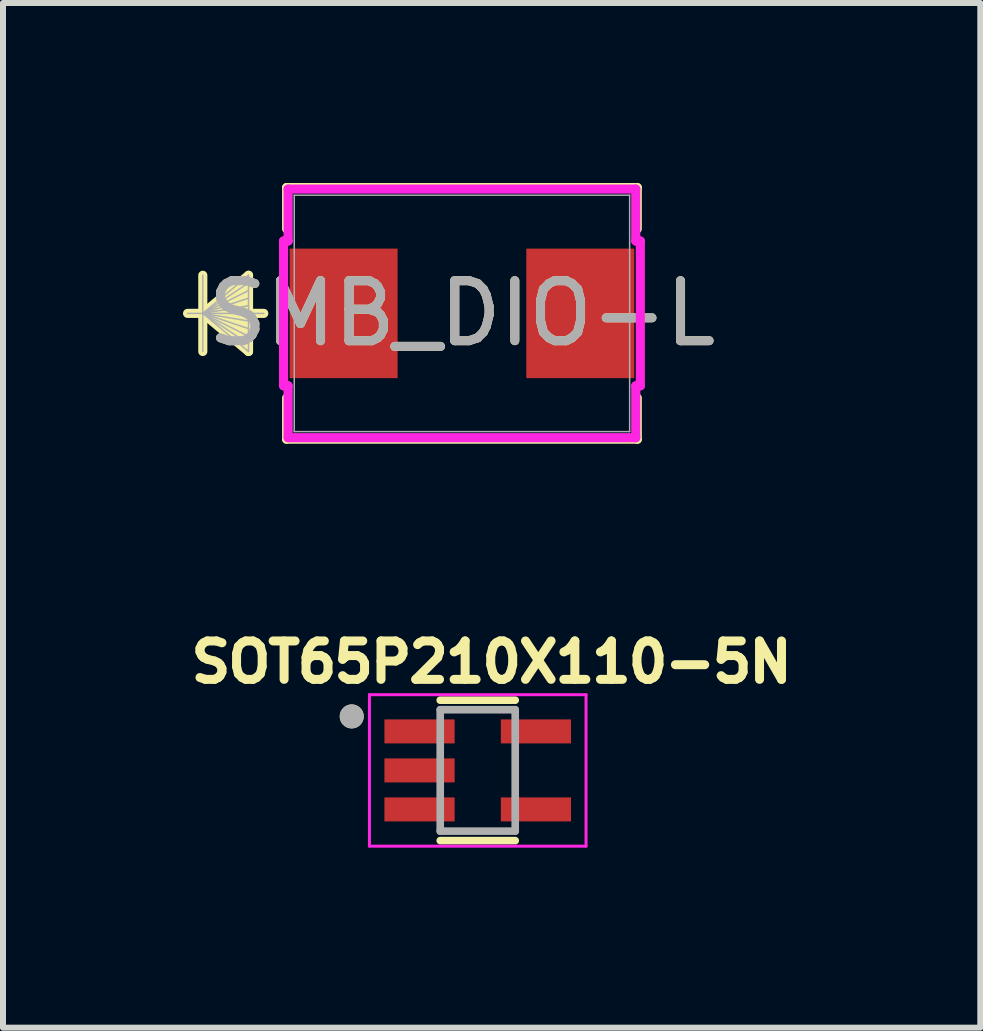
<source format=kicad_pcb>
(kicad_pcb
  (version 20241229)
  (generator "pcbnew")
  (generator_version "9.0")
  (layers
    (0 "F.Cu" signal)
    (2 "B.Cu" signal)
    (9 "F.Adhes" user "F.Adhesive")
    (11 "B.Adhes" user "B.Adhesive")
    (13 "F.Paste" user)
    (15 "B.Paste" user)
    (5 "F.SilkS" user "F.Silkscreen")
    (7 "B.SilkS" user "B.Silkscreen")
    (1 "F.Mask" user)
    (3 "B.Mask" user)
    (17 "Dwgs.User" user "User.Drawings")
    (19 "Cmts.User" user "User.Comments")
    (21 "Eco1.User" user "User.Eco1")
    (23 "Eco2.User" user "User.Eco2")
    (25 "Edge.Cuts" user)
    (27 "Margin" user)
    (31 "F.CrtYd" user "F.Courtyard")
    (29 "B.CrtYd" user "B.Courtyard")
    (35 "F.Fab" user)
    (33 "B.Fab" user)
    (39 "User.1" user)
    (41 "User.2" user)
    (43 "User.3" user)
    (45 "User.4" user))
  (footprint "SMB_DIO-L"
    (layer "F.Cu")
    (at 4.649 2.173)
    (property "Reference" "SMB_DIO-L" (at 0 0 0) (unlocked yes) (layer "F.SilkS") (effects (font (size 1 1) (thickness 0.15))))
    (attr smd)
    (fp_line (start -4.319 -0.635) (end -4.319 0.635) (stroke (width 0.152) (type solid)) (layer "F.SilkS"))
    (fp_line (start -4.319 0) (end -3.557 -0.635) (stroke (width 0.152) (type solid)) (layer "F.SilkS"))
    (fp_line (start -4.319 0) (end -3.557 -0.508) (stroke (width 0.152) (type solid)) (layer "F.SilkS"))
    (fp_line (start -4.319 0) (end -3.557 -0.381) (stroke (width 0.152) (type solid)) (layer "F.SilkS"))
    (fp_line (start -4.319 0) (end -3.557 -0.254) (stroke (width 0.152) (type solid)) (layer "F.SilkS"))
    (fp_line (start -4.319 0) (end -3.557 -0.127) (stroke (width 0.152) (type solid)) (layer "F.SilkS"))
    (fp_line (start -4.319 0) (end -3.557 0.127) (stroke (width 0.152) (type solid)) (layer "F.SilkS"))
    (fp_line (start -4.319 0) (end -3.557 0.254) (stroke (width 0.152) (type solid)) (layer "F.SilkS"))
    (fp_line (start -4.319 0) (end -3.557 0.381) (stroke (width 0.152) (type solid)) (layer "F.SilkS"))
    (fp_line (start -4.319 0) (end -3.557 0.508) (stroke (width 0.152) (type solid)) (layer "F.SilkS"))
    (fp_line (start -4.319 0) (end -3.557 0.635) (stroke (width 0.152) (type solid)) (layer "F.SilkS"))
    (fp_line (start -3.557 -0.635) (end -3.557 0.635) (stroke (width 0.152) (type solid)) (layer "F.SilkS"))
    (fp_line (start -3.303 0) (end -4.573 0) (stroke (width 0.152) (type solid)) (layer "F.SilkS"))
    (fp_line (start -2.922 -2.097) (end -2.922 -1.408) (stroke (width 0.152) (type solid)) (layer "F.SilkS"))
    (fp_line (start -2.922 1.408) (end -2.922 2.097) (stroke (width 0.152) (type solid)) (layer "F.SilkS"))
    (fp_line (start -2.922 2.097) (end 2.922 2.097) (stroke (width 0.152) (type solid)) (layer "F.SilkS"))
    (fp_line (start 2.922 -2.097) (end -2.922 -2.097) (stroke (width 0.152) (type solid)) (layer "F.SilkS"))
    (fp_line (start 2.922 -1.408) (end 2.922 -2.097) (stroke (width 0.152) (type solid)) (layer "F.SilkS"))
    (fp_line (start 2.922 2.097) (end 2.922 1.408) (stroke (width 0.152) (type solid)) (layer "F.SilkS"))
    (fp_line (start -2.973 -1.207) (end -2.897 -1.207) (stroke (width 0.152) (type solid)) (layer "F.CrtYd"))
    (fp_line (start -2.973 1.207) (end -2.973 -1.207) (stroke (width 0.152) (type solid)) (layer "F.CrtYd"))
    (fp_line (start -2.897 -2.072) (end 2.897 -2.072) (stroke (width 0.152) (type solid)) (layer "F.CrtYd"))
    (fp_line (start -2.897 -1.207) (end -2.897 -2.072) (stroke (width 0.152) (type solid)) (layer "F.CrtYd"))
    (fp_line (start -2.897 1.207) (end -2.973 1.207) (stroke (width 0.152) (type solid)) (layer "F.CrtYd"))
    (fp_line (start -2.897 2.072) (end -2.897 1.207) (stroke (width 0.152) (type solid)) (layer "F.CrtYd"))
    (fp_line (start 2.897 -2.072) (end 2.897 -1.207) (stroke (width 0.152) (type solid)) (layer "F.CrtYd"))
    (fp_line (start 2.897 -1.207) (end 2.973 -1.207) (stroke (width 0.152) (type solid)) (layer "F.CrtYd"))
    (fp_line (start 2.897 1.207) (end 2.897 2.072) (stroke (width 0.152) (type solid)) (layer "F.CrtYd"))
    (fp_line (start 2.897 2.072) (end -2.897 2.072) (stroke (width 0.152) (type solid)) (layer "F.CrtYd"))
    (fp_line (start 2.973 -1.207) (end 2.973 1.207) (stroke (width 0.152) (type solid)) (layer "F.CrtYd"))
    (fp_line (start 2.973 1.207) (end 2.897 1.207) (stroke (width 0.152) (type solid)) (layer "F.CrtYd"))
    (fp_line (start -4.319 -0.635) (end -4.319 0.635) (stroke (width 0.025) (type solid)) (layer "F.Fab"))
    (fp_line (start -4.319 0) (end -3.557 -0.635) (stroke (width 0.025) (type solid)) (layer "F.Fab"))
    (fp_line (start -4.319 0) (end -3.557 -0.508) (stroke (width 0.025) (type solid)) (layer "F.Fab"))
    (fp_line (start -4.319 0) (end -3.557 -0.381) (stroke (width 0.025) (type solid)) (layer "F.Fab"))
    (fp_line (start -4.319 0) (end -3.557 -0.254) (stroke (width 0.025) (type solid)) (layer "F.Fab"))
    (fp_line (start -4.319 0) (end -3.557 -0.127) (stroke (width 0.025) (type solid)) (layer "F.Fab"))
    (fp_line (start -4.319 0) (end -3.557 0.127) (stroke (width 0.025) (type solid)) (layer "F.Fab"))
    (fp_line (start -4.319 0) (end -3.557 0.254) (stroke (width 0.025) (type solid)) (layer "F.Fab"))
    (fp_line (start -4.319 0) (end -3.557 0.381) (stroke (width 0.025) (type solid)) (layer "F.Fab"))
    (fp_line (start -4.319 0) (end -3.557 0.508) (stroke (width 0.025) (type solid)) (layer "F.Fab"))
    (fp_line (start -4.319 0) (end -3.557 0.635) (stroke (width 0.025) (type solid)) (layer "F.Fab"))
    (fp_line (start -3.557 -0.635) (end -3.557 0.635) (stroke (width 0.025) (type solid)) (layer "F.Fab"))
    (fp_line (start -3.303 0) (end -4.573 0) (stroke (width 0.025) (type solid)) (layer "F.Fab"))
    (fp_line (start -2.795 -1.97) (end -2.795 1.97) (stroke (width 0.025) (type solid)) (layer "F.Fab"))
    (fp_line (start -2.795 1.97) (end 2.795 1.97) (stroke (width 0.025) (type solid)) (layer "F.Fab"))
    (fp_line (start 2.795 -1.97) (end -2.795 -1.97) (stroke (width 0.025) (type solid)) (layer "F.Fab"))
    (fp_line (start 2.795 1.97) (end 2.795 -1.97) (stroke (width 0.025) (type solid)) (layer "F.Fab"))
    (fp_text user "${REFERENCE}" (at 0 0 0) (unlocked yes) (layer "F.Fab") (effects (font (size 1 1) (thickness 0.15))))
    (pad "1" smd rect (at -1.972 0 90) (size 2.159 1.799) (layers "F.Cu" "F.Mask" "F.Paste"))
    (pad "2" smd rect (at 1.972 0 90) (size 2.159 1.799) (layers "F.Cu" "F.Mask" "F.Paste"))
    (zone (net_name "") (layer "F.Cu") (hatch full 0.508) (connect_pads) (min_thickness 0.254) (filled_areas_thickness no) (keepout (tracks not_allowed) (vias not_allowed) (pads allowed) (copperpour not_allowed) (footprints allowed)) (placement (enabled no)) (fill) (polygon (pts (xy 1.905 0.254) (xy 7.393 0.254) (xy 7.393 1.017) (xy 1.905 1.017))))
    (zone (net_name "") (layer "F.Cu") (hatch full 0.508) (connect_pads) (min_thickness 0.254) (filled_areas_thickness no) (keepout (tracks not_allowed) (vias not_allowed) (pads allowed) (copperpour not_allowed) (footprints allowed)) (placement (enabled no)) (fill) (polygon (pts (xy 1.905 3.329) (xy 7.393 3.329) (xy 7.393 4.092) (xy 1.905 4.092))))
    (zone (net_name "") (layer "F.Cu") (hatch full 0.508) (connect_pads) (min_thickness 0.254) (filled_areas_thickness no) (keepout (tracks not_allowed) (vias not_allowed) (pads allowed) (copperpour not_allowed) (footprints allowed)) (placement (enabled no)) (fill) (polygon (pts (xy 3.628 1.017) (xy 5.67 1.017) (xy 5.67 3.329) (xy 3.628 3.329)))))
  (footprint "SOT65P210X110-5N"
    (layer "F.Cu")
    (at 4.912 9.79)
    (property "Reference" "SOT65P210X110-5N" (at 0.232 -1.806 0) (layer "F.SilkS") (effects (font (size 0.64 0.64) (thickness 0.15))))
    (attr smd)
    (fp_line (start -0.625 1.17) (end 0.625 1.17) (stroke (width 0.127) (type solid)) (layer "F.SilkS"))
    (fp_line (start 0.625 -1.17) (end -0.625 -1.17) (stroke (width 0.127) (type solid)) (layer "F.SilkS"))
    (fp_circle (center -2.1 -0.9) (end -2 -0.9) (stroke (width 0.2) (type solid)) (fill no) (layer "F.SilkS"))
    (fp_line (start -1.805 -1.262) (end -1.805 1.262) (stroke (width 0.05) (type solid)) (layer "F.CrtYd"))
    (fp_line (start -1.805 1.262) (end 1.805 1.262) (stroke (width 0.05) (type solid)) (layer "F.CrtYd"))
    (fp_line (start 1.805 -1.262) (end -1.805 -1.262) (stroke (width 0.05) (type solid)) (layer "F.CrtYd"))
    (fp_line (start 1.805 1.262) (end 1.805 -1.262) (stroke (width 0.05) (type solid)) (layer "F.CrtYd"))
    (fp_line (start -0.625 -1.012) (end -0.625 1.012) (stroke (width 0.127) (type solid)) (layer "F.Fab"))
    (fp_line (start -0.625 1.012) (end 0.625 1.012) (stroke (width 0.127) (type solid)) (layer "F.Fab"))
    (fp_line (start 0.625 -1.012) (end -0.625 -1.012) (stroke (width 0.127) (type solid)) (layer "F.Fab"))
    (fp_line (start 0.625 1.012) (end 0.625 -1.012) (stroke (width 0.127) (type solid)) (layer "F.Fab"))
    (fp_circle (center -2.1 -0.9) (end -2 -0.9) (stroke (width 0.2) (type solid)) (fill no) (layer "F.Fab"))
    (pad "1" smd rect (at -0.97 -0.65) (size 1.17 0.4) (layers "F.Cu" "F.Mask" "F.Paste"))
    (pad "2" smd rect (at -0.97 0) (size 1.17 0.4) (layers "F.Cu" "F.Mask" "F.Paste"))
    (pad "3" smd rect (at -0.97 0.65) (size 1.17 0.4) (layers "F.Cu" "F.Mask" "F.Paste"))
    (pad "4" smd rect (at 0.97 0.65) (size 1.17 0.4) (layers "F.Cu" "F.Mask" "F.Paste"))
    (pad "5" smd rect (at 0.97 -0.65) (size 1.17 0.4) (layers "F.Cu" "F.Mask" "F.Paste")))
  (gr_rect
    (start -3 -3)
    (end 13.288 14.078)
    (stroke (width 0.1) (type default))
    (fill no)
    (layer "Edge.Cuts")))
</source>
